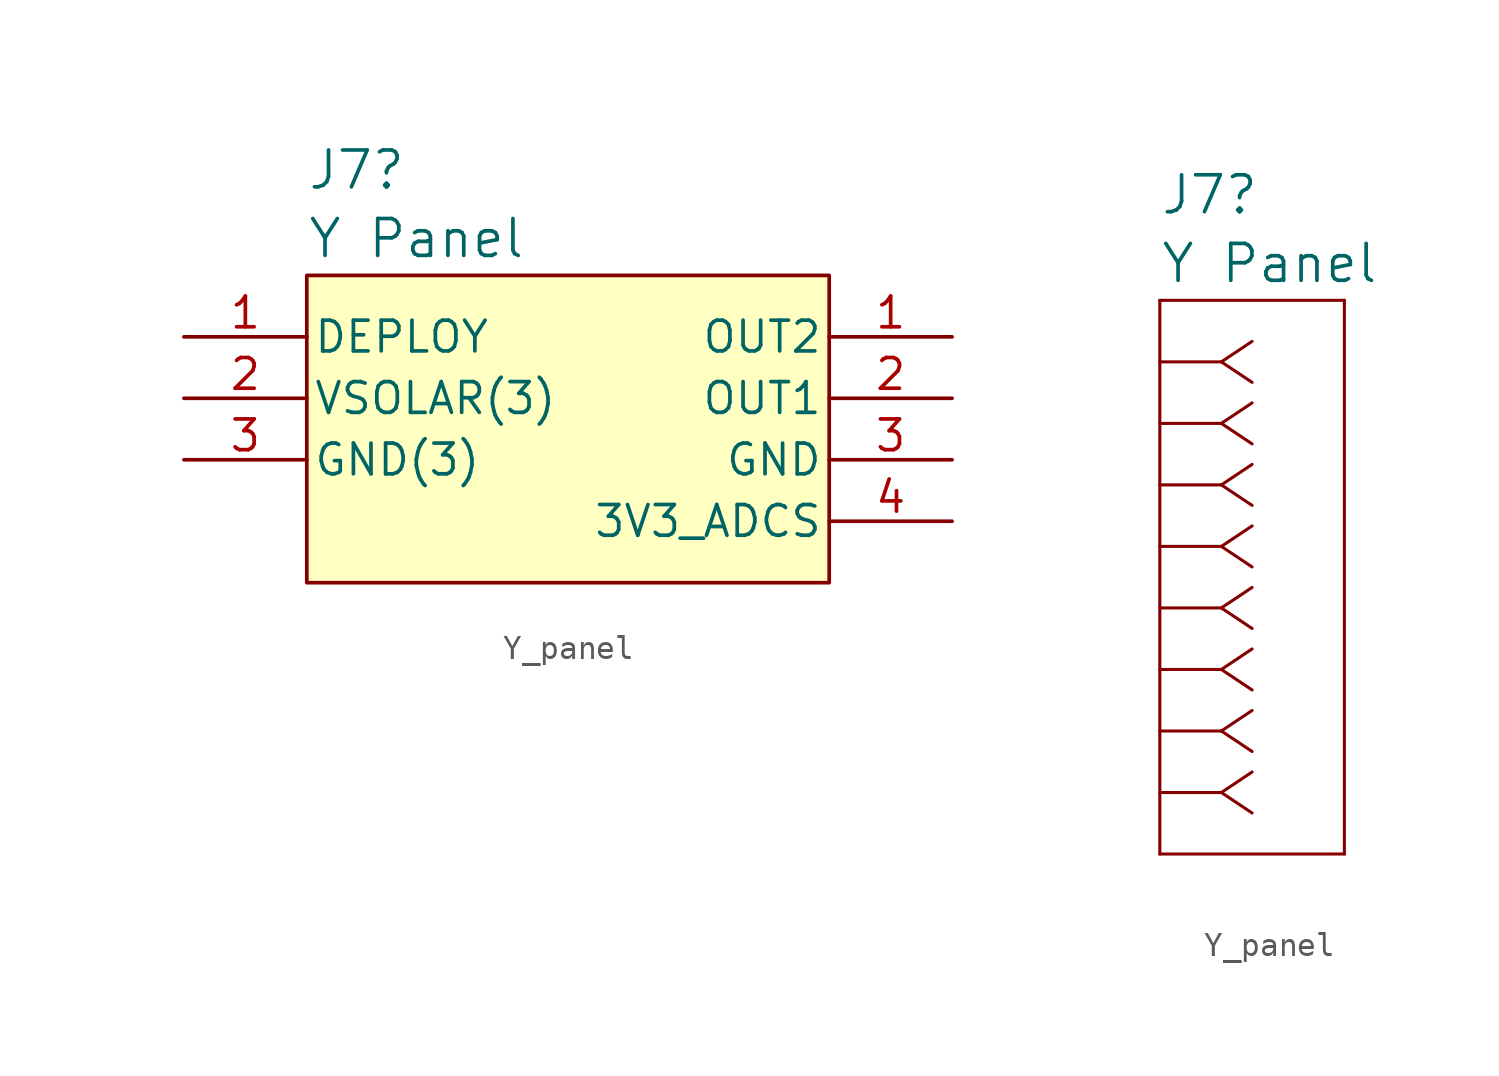
<source format=kicad_sym>
(kicad_symbol_lib
  (version 20241209)
  (generator "kicad_symbol_editor")
  (generator_version "9.0")
  (symbol "Y_panel"
    (pin_names
      (offset 0.254))
    (property "Reference" "J7"
      (at 5.08 6.897 0)
      (effects (font (size 1.524 1.524)) (justify left)))
    (property "Value" "Y Panel"
      (at 5.08 4.064 0)
      (effects (font (size 1.524 1.524)) (justify left)))
    (symbol "Y_panel_1_1"
      (rectangle (start 5.08 2.54) (end 26.67 -10.16) (stroke (width 0) (type default)) (fill (type background)))
      (pin passive line (at 0 0 0) (length 5.08) (name "DEPLOY" (effects (font (size 1.27 1.27)))) (number "1" (effects (font (size 1.27 1.27)))))
      (pin passive line (at 0 -2.54 0) (length 5.08) (name "VSOLAR(3)" (effects (font (size 1.27 1.27)))) (number "2" (effects (font (size 1.27 1.27)))))
      (pin passive line (at 0 -5.08 0) (length 5.08) (name "GND(3)" (effects (font (size 1.27 1.27)))) (number "3" (effects (font (size 1.27 1.27)))))
      (pin passive line (at 31.75 0 180) (length 5.08) (name "OUT2" (effects (font (size 1.27 1.27)))) (number "1" (effects (font (size 1.27 1.27)))))
      (pin passive line (at 31.75 -2.54 180) (length 5.08) (name "OUT1" (effects (font (size 1.27 1.27)))) (number "2" (effects (font (size 1.27 1.27)))))
      (pin passive line (at 31.75 -5.08 180) (length 5.08) (name "GND" (effects (font (size 1.27 1.27)))) (number "3" (effects (font (size 1.27 1.27)))))
      (pin passive line (at 31.75 -7.62 180) (length 5.08) (name "3V3_ADCS" (effects (font (size 1.27 1.27)))) (number "4" (effects (font (size 1.27 1.27))))))
    (symbol "Y_panel_1_2"
      (polyline (pts (xy 5.08 2.54) (xy 5.08 -20.32)) (stroke (width 0.127) (type default)) (fill (type none)))
      (polyline (pts (xy 5.08 -20.32) (xy 12.7 -20.32)) (stroke (width 0.127) (type default)) (fill (type none)))
      (polyline (pts (xy 7.62 0) (xy 5.08 0)) (stroke (width 0.127) (type default)) (fill (type none)))
      (polyline (pts (xy 7.62 0) (xy 8.89 0.847)) (stroke (width 0.127) (type default)) (fill (type none)))
      (polyline (pts (xy 7.62 0) (xy 8.89 -0.847)) (stroke (width 0.127) (type default)) (fill (type none)))
      (polyline (pts (xy 7.62 -2.54) (xy 5.08 -2.54)) (stroke (width 0.127) (type default)) (fill (type none)))
      (polyline (pts (xy 7.62 -2.54) (xy 8.89 -1.693)) (stroke (width 0.127) (type default)) (fill (type none)))
      (polyline (pts (xy 7.62 -2.54) (xy 8.89 -3.387)) (stroke (width 0.127) (type default)) (fill (type none)))
      (polyline (pts (xy 7.62 -5.08) (xy 5.08 -5.08)) (stroke (width 0.127) (type default)) (fill (type none)))
      (polyline (pts (xy 7.62 -5.08) (xy 8.89 -4.233)) (stroke (width 0.127) (type default)) (fill (type none)))
      (polyline (pts (xy 7.62 -5.08) (xy 8.89 -5.927)) (stroke (width 0.127) (type default)) (fill (type none)))
      (polyline (pts (xy 7.62 -7.62) (xy 5.08 -7.62)) (stroke (width 0.127) (type default)) (fill (type none)))
      (polyline (pts (xy 7.62 -7.62) (xy 8.89 -6.773)) (stroke (width 0.127) (type default)) (fill (type none)))
      (polyline (pts (xy 7.62 -7.62) (xy 8.89 -8.467)) (stroke (width 0.127) (type default)) (fill (type none)))
      (polyline (pts (xy 7.62 -10.16) (xy 5.08 -10.16)) (stroke (width 0.127) (type default)) (fill (type none)))
      (polyline (pts (xy 7.62 -10.16) (xy 8.89 -9.313)) (stroke (width 0.127) (type default)) (fill (type none)))
      (polyline (pts (xy 7.62 -10.16) (xy 8.89 -11.007)) (stroke (width 0.127) (type default)) (fill (type none)))
      (polyline (pts (xy 7.62 -12.7) (xy 5.08 -12.7)) (stroke (width 0.127) (type default)) (fill (type none)))
      (polyline (pts (xy 7.62 -12.7) (xy 8.89 -11.853)) (stroke (width 0.127) (type default)) (fill (type none)))
      (polyline (pts (xy 7.62 -12.7) (xy 8.89 -13.547)) (stroke (width 0.127) (type default)) (fill (type none)))
      (polyline (pts (xy 7.62 -15.24) (xy 5.08 -15.24)) (stroke (width 0.127) (type default)) (fill (type none)))
      (polyline (pts (xy 7.62 -15.24) (xy 8.89 -14.393)) (stroke (width 0.127) (type default)) (fill (type none)))
      (polyline (pts (xy 7.62 -15.24) (xy 8.89 -16.087)) (stroke (width 0.127) (type default)) (fill (type none)))
      (polyline (pts (xy 7.62 -17.78) (xy 5.08 -17.78)) (stroke (width 0.127) (type default)) (fill (type none)))
      (polyline (pts (xy 7.62 -17.78) (xy 8.89 -16.933)) (stroke (width 0.127) (type default)) (fill (type none)))
      (polyline (pts (xy 7.62 -17.78) (xy 8.89 -18.627)) (stroke (width 0.127) (type default)) (fill (type none)))
      (polyline (pts (xy 12.7 2.54) (xy 5.08 2.54)) (stroke (width 0.127) (type default)) (fill (type none)))
      (polyline (pts (xy 12.7 -20.32) (xy 12.7 2.54)) (stroke (width 0.127) (type default)) (fill (type none))))))
</source>
